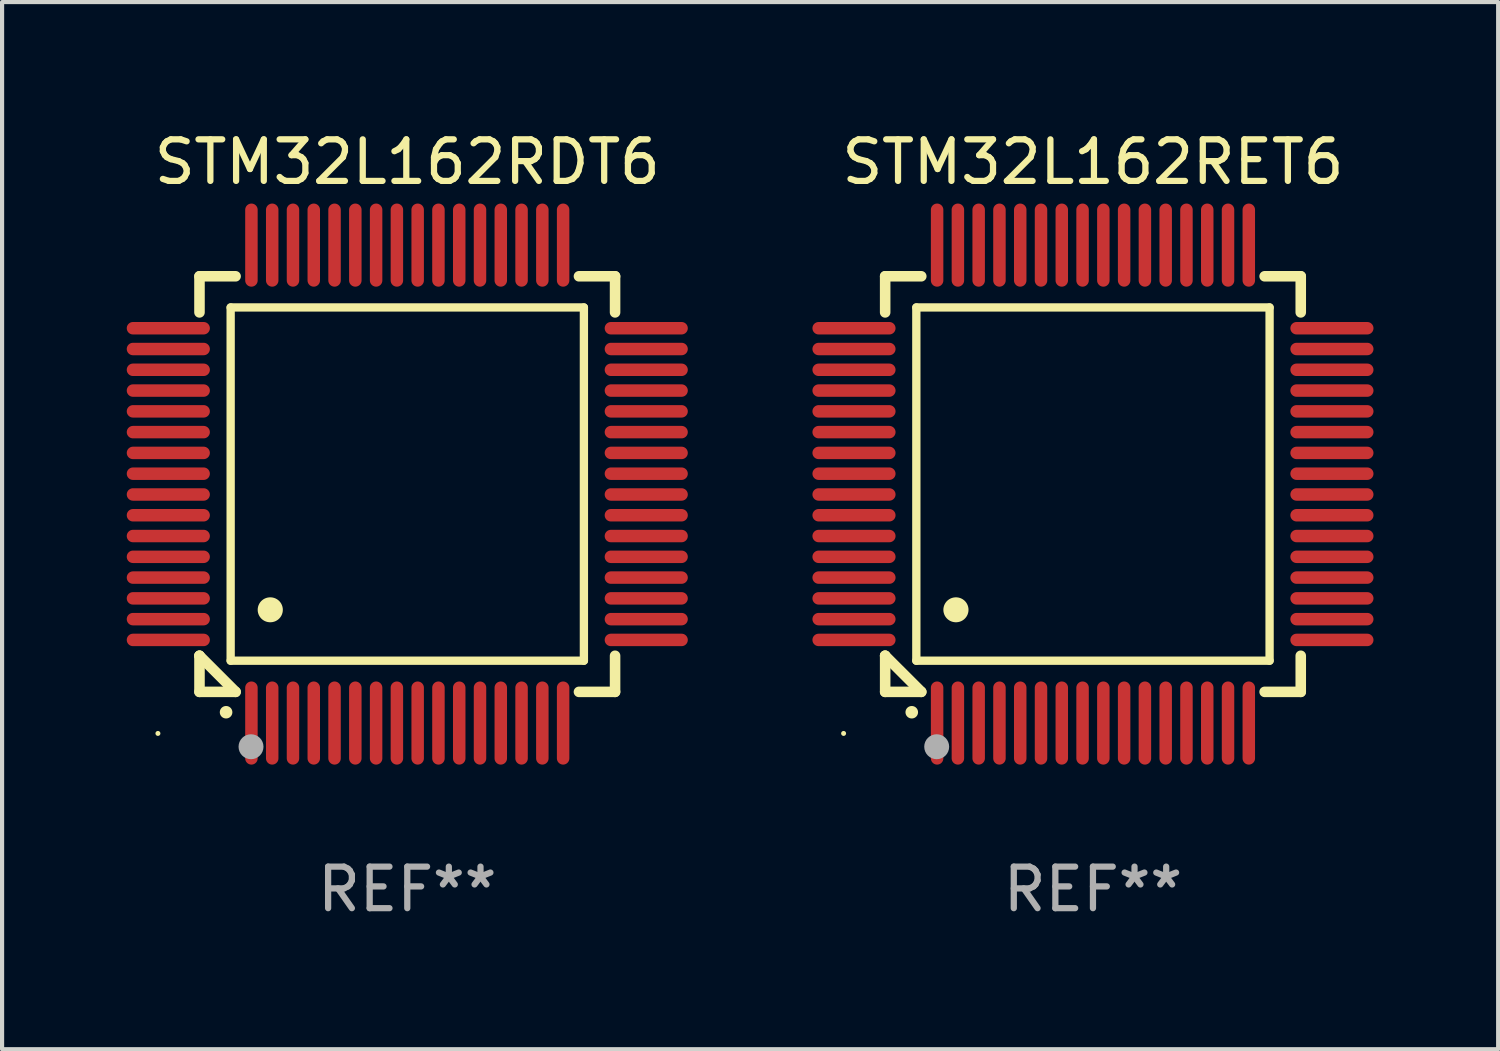
<source format=kicad_pcb>
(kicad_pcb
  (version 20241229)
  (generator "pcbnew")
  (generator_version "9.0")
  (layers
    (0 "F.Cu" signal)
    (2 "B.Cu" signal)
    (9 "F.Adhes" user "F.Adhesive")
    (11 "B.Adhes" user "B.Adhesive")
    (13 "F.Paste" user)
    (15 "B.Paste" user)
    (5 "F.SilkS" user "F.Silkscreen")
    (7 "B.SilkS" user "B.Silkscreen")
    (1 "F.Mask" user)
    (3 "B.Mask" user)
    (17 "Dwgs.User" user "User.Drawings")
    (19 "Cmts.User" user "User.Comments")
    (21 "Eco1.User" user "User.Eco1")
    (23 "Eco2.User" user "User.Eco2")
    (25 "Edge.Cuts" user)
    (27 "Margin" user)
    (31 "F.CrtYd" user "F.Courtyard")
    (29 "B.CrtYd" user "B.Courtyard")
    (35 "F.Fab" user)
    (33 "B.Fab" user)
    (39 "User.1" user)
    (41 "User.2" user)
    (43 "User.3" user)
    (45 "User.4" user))
  (footprint "STM32L162RET6"
    (layer "F.Cu")
    (at 23.249 8.598)
    (property "Reference" "STM32L162RET6" (at 0 -7.75 0) (layer "F.SilkS") (effects (font (size 1 1) (thickness 0.15))))
    (attr through_hole)
    (fp_line (start -5 -5) (end -4.131 -5) (stroke (width 0.254) (type solid)) (layer "F.SilkS"))
    (fp_line (start -5 -4.131) (end -5 -5) (stroke (width 0.254) (type solid)) (layer "F.SilkS"))
    (fp_line (start -5 4.131) (end -5 4.131) (stroke (width 0.254) (type solid)) (layer "F.SilkS"))
    (fp_line (start -5 5) (end -5 4.131) (stroke (width 0.254) (type solid)) (layer "F.SilkS"))
    (fp_line (start -5 4.131) (end -4.131 5) (stroke (width 0.254) (type solid)) (layer "F.SilkS"))
    (fp_line (start -4.25 -4.25) (end -4.25 4.25) (stroke (width 0.2) (type solid)) (layer "F.SilkS"))
    (fp_line (start -4.25 4.25) (end 4.25 4.25) (stroke (width 0.2) (type solid)) (layer "F.SilkS"))
    (fp_line (start -4.131 5) (end -5 5) (stroke (width 0.254) (type solid)) (layer "F.SilkS"))
    (fp_line (start 4.25 -4.25) (end -4.25 -4.25) (stroke (width 0.2) (type solid)) (layer "F.SilkS"))
    (fp_line (start 4.25 4.25) (end 4.25 -4.25) (stroke (width 0.2) (type solid)) (layer "F.SilkS"))
    (fp_line (start 5 -5) (end 4.131 -5) (stroke (width 0.254) (type solid)) (layer "F.SilkS"))
    (fp_line (start 5 -5) (end 5 -4.131) (stroke (width 0.254) (type solid)) (layer "F.SilkS"))
    (fp_line (start 5 4.131) (end 5 5) (stroke (width 0.254) (type solid)) (layer "F.SilkS"))
    (fp_line (start 5 5) (end 4.131 5) (stroke (width 0.254) (type solid)) (layer "F.SilkS"))
    (fp_arc (start -4.361265 5.489992) (mid -4.359995 5.489987) (end -4.358725 5.489992) (stroke (width 0.3) (type solid)) (layer "F.SilkS"))
    (fp_arc (start -3.299467 3.025146) (mid -3.296927 3.025135) (end -3.294387 3.025146) (stroke (width 0.6) (type solid)) (layer "F.SilkS"))
    (fp_circle (center -6 6) (end -5.97 6) (stroke (width 0.06) (type solid)) (fill no) (layer "F.SilkS"))
    (fp_circle (center -3.76 6.32) (end -3.61 6.32) (stroke (width 0.3) (type solid)) (fill no) (layer "F.Fab"))
    (fp_text user "REF**" (at 0 9.75 0) (layer "F.Fab") (effects (font (size 1 1) (thickness 0.15))))
    (pad "1" smd oval (at -3.75 5.75) (size 0.3 2) (layers "F.Cu" "F.Mask" "F.Paste"))
    (pad "2" smd oval (at -3.25 5.75) (size 0.3 2) (layers "F.Cu" "F.Mask" "F.Paste"))
    (pad "3" smd oval (at -2.75 5.75) (size 0.3 2) (layers "F.Cu" "F.Mask" "F.Paste"))
    (pad "4" smd oval (at -2.25 5.75) (size 0.3 2) (layers "F.Cu" "F.Mask" "F.Paste"))
    (pad "5" smd oval (at -1.75 5.75) (size 0.3 2) (layers "F.Cu" "F.Mask" "F.Paste"))
    (pad "6" smd oval (at -1.25 5.75) (size 0.3 2) (layers "F.Cu" "F.Mask" "F.Paste"))
    (pad "7" smd oval (at -0.75 5.75) (size 0.3 2) (layers "F.Cu" "F.Mask" "F.Paste"))
    (pad "8" smd oval (at -0.25 5.75) (size 0.3 2) (layers "F.Cu" "F.Mask" "F.Paste"))
    (pad "9" smd oval (at 0.25 5.75) (size 0.3 2) (layers "F.Cu" "F.Mask" "F.Paste"))
    (pad "10" smd oval (at 0.75 5.75) (size 0.3 2) (layers "F.Cu" "F.Mask" "F.Paste"))
    (pad "11" smd oval (at 1.25 5.75) (size 0.3 2) (layers "F.Cu" "F.Mask" "F.Paste"))
    (pad "12" smd oval (at 1.75 5.75) (size 0.3 2) (layers "F.Cu" "F.Mask" "F.Paste"))
    (pad "13" smd oval (at 2.25 5.75) (size 0.3 2) (layers "F.Cu" "F.Mask" "F.Paste"))
    (pad "14" smd oval (at 2.75 5.75) (size 0.3 2) (layers "F.Cu" "F.Mask" "F.Paste"))
    (pad "15" smd oval (at 3.25 5.75) (size 0.3 2) (layers "F.Cu" "F.Mask" "F.Paste"))
    (pad "16" smd oval (at 3.75 5.75) (size 0.3 2) (layers "F.Cu" "F.Mask" "F.Paste"))
    (pad "17" smd oval (at 5.75 3.75) (size 2 0.3) (layers "F.Cu" "F.Mask" "F.Paste"))
    (pad "18" smd oval (at 5.75 3.25) (size 2 0.3) (layers "F.Cu" "F.Mask" "F.Paste"))
    (pad "19" smd oval (at 5.75 2.75) (size 2 0.3) (layers "F.Cu" "F.Mask" "F.Paste"))
    (pad "20" smd oval (at 5.75 2.25) (size 2 0.3) (layers "F.Cu" "F.Mask" "F.Paste"))
    (pad "21" smd oval (at 5.75 1.75) (size 2 0.3) (layers "F.Cu" "F.Mask" "F.Paste"))
    (pad "22" smd oval (at 5.75 1.25) (size 2 0.3) (layers "F.Cu" "F.Mask" "F.Paste"))
    (pad "23" smd oval (at 5.75 0.75) (size 2 0.3) (layers "F.Cu" "F.Mask" "F.Paste"))
    (pad "24" smd oval (at 5.75 0.25) (size 2 0.3) (layers "F.Cu" "F.Mask" "F.Paste"))
    (pad "25" smd oval (at 5.75 -0.25) (size 2 0.3) (layers "F.Cu" "F.Mask" "F.Paste"))
    (pad "26" smd oval (at 5.75 -0.75) (size 2 0.3) (layers "F.Cu" "F.Mask" "F.Paste"))
    (pad "27" smd oval (at 5.75 -1.25) (size 2 0.3) (layers "F.Cu" "F.Mask" "F.Paste"))
    (pad "28" smd oval (at 5.75 -1.75) (size 2 0.3) (layers "F.Cu" "F.Mask" "F.Paste"))
    (pad "29" smd oval (at 5.75 -2.25) (size 2 0.3) (layers "F.Cu" "F.Mask" "F.Paste"))
    (pad "30" smd oval (at 5.75 -2.75) (size 2 0.3) (layers "F.Cu" "F.Mask" "F.Paste"))
    (pad "31" smd oval (at 5.75 -3.25) (size 2 0.3) (layers "F.Cu" "F.Mask" "F.Paste"))
    (pad "32" smd oval (at 5.75 -3.75) (size 2 0.3) (layers "F.Cu" "F.Mask" "F.Paste"))
    (pad "33" smd oval (at 3.75 -5.75) (size 0.3 2) (layers "F.Cu" "F.Mask" "F.Paste"))
    (pad "34" smd oval (at 3.25 -5.75) (size 0.3 2) (layers "F.Cu" "F.Mask" "F.Paste"))
    (pad "35" smd oval (at 2.75 -5.75) (size 0.3 2) (layers "F.Cu" "F.Mask" "F.Paste"))
    (pad "36" smd oval (at 2.25 -5.75) (size 0.3 2) (layers "F.Cu" "F.Mask" "F.Paste"))
    (pad "37" smd oval (at 1.75 -5.75) (size 0.3 2) (layers "F.Cu" "F.Mask" "F.Paste"))
    (pad "38" smd oval (at 1.25 -5.75) (size 0.3 2) (layers "F.Cu" "F.Mask" "F.Paste"))
    (pad "39" smd oval (at 0.75 -5.75) (size 0.3 2) (layers "F.Cu" "F.Mask" "F.Paste"))
    (pad "40" smd oval (at 0.25 -5.75) (size 0.3 2) (layers "F.Cu" "F.Mask" "F.Paste"))
    (pad "41" smd oval (at -0.25 -5.75) (size 0.3 2) (layers "F.Cu" "F.Mask" "F.Paste"))
    (pad "42" smd oval (at -0.75 -5.75) (size 0.3 2) (layers "F.Cu" "F.Mask" "F.Paste"))
    (pad "43" smd oval (at -1.25 -5.75) (size 0.3 2) (layers "F.Cu" "F.Mask" "F.Paste"))
    (pad "44" smd oval (at -1.75 -5.75) (size 0.3 2) (layers "F.Cu" "F.Mask" "F.Paste"))
    (pad "45" smd oval (at -2.25 -5.75) (size 0.3 2) (layers "F.Cu" "F.Mask" "F.Paste"))
    (pad "46" smd oval (at -2.75 -5.75) (size 0.3 2) (layers "F.Cu" "F.Mask" "F.Paste"))
    (pad "47" smd oval (at -3.25 -5.75) (size 0.3 2) (layers "F.Cu" "F.Mask" "F.Paste"))
    (pad "48" smd oval (at -3.75 -5.75) (size 0.3 2) (layers "F.Cu" "F.Mask" "F.Paste"))
    (pad "49" smd oval (at -5.75 -3.75) (size 2 0.3) (layers "F.Cu" "F.Mask" "F.Paste"))
    (pad "50" smd oval (at -5.75 -3.25) (size 2 0.3) (layers "F.Cu" "F.Mask" "F.Paste"))
    (pad "51" smd oval (at -5.75 -2.75) (size 2 0.3) (layers "F.Cu" "F.Mask" "F.Paste"))
    (pad "52" smd oval (at -5.75 -2.25) (size 2 0.3) (layers "F.Cu" "F.Mask" "F.Paste"))
    (pad "53" smd oval (at -5.75 -1.75) (size 2 0.3) (layers "F.Cu" "F.Mask" "F.Paste"))
    (pad "54" smd oval (at -5.75 -1.25) (size 2 0.3) (layers "F.Cu" "F.Mask" "F.Paste"))
    (pad "55" smd oval (at -5.75 -0.75) (size 2 0.3) (layers "F.Cu" "F.Mask" "F.Paste"))
    (pad "56" smd oval (at -5.75 -0.25) (size 2 0.3) (layers "F.Cu" "F.Mask" "F.Paste"))
    (pad "57" smd oval (at -5.75 0.25) (size 2 0.3) (layers "F.Cu" "F.Mask" "F.Paste"))
    (pad "58" smd oval (at -5.75 0.75) (size 2 0.3) (layers "F.Cu" "F.Mask" "F.Paste"))
    (pad "59" smd oval (at -5.75 1.25) (size 2 0.3) (layers "F.Cu" "F.Mask" "F.Paste"))
    (pad "60" smd oval (at -5.75 1.75) (size 2 0.3) (layers "F.Cu" "F.Mask" "F.Paste"))
    (pad "61" smd oval (at -5.75 2.25) (size 2 0.3) (layers "F.Cu" "F.Mask" "F.Paste"))
    (pad "62" smd oval (at -5.75 2.75) (size 2 0.3) (layers "F.Cu" "F.Mask" "F.Paste"))
    (pad "63" smd oval (at -5.75 3.25) (size 2 0.3) (layers "F.Cu" "F.Mask" "F.Paste"))
    (pad "64" smd oval (at -5.75 3.75) (size 2 0.3) (layers "F.Cu" "F.Mask" "F.Paste")))
  (footprint "STM32L162RDT6"
    (layer "F.Cu")
    (at 6.75 8.598)
    (property "Reference" "STM32L162RDT6" (at 0 -7.75 0) (layer "F.SilkS") (effects (font (size 1 1) (thickness 0.15))))
    (attr through_hole)
    (fp_line (start -5 -5) (end -4.131 -5) (stroke (width 0.254) (type solid)) (layer "F.SilkS"))
    (fp_line (start -5 -4.131) (end -5 -5) (stroke (width 0.254) (type solid)) (layer "F.SilkS"))
    (fp_line (start -5 4.131) (end -5 4.131) (stroke (width 0.254) (type solid)) (layer "F.SilkS"))
    (fp_line (start -5 5) (end -5 4.131) (stroke (width 0.254) (type solid)) (layer "F.SilkS"))
    (fp_line (start -5 4.131) (end -4.131 5) (stroke (width 0.254) (type solid)) (layer "F.SilkS"))
    (fp_line (start -4.25 -4.25) (end -4.25 4.25) (stroke (width 0.2) (type solid)) (layer "F.SilkS"))
    (fp_line (start -4.25 4.25) (end 4.25 4.25) (stroke (width 0.2) (type solid)) (layer "F.SilkS"))
    (fp_line (start -4.131 5) (end -5 5) (stroke (width 0.254) (type solid)) (layer "F.SilkS"))
    (fp_line (start 4.25 -4.25) (end -4.25 -4.25) (stroke (width 0.2) (type solid)) (layer "F.SilkS"))
    (fp_line (start 4.25 4.25) (end 4.25 -4.25) (stroke (width 0.2) (type solid)) (layer "F.SilkS"))
    (fp_line (start 5 -5) (end 4.131 -5) (stroke (width 0.254) (type solid)) (layer "F.SilkS"))
    (fp_line (start 5 -5) (end 5 -4.131) (stroke (width 0.254) (type solid)) (layer "F.SilkS"))
    (fp_line (start 5 4.131) (end 5 5) (stroke (width 0.254) (type solid)) (layer "F.SilkS"))
    (fp_line (start 5 5) (end 4.131 5) (stroke (width 0.254) (type solid)) (layer "F.SilkS"))
    (fp_arc (start -4.361265 5.489992) (mid -4.359995 5.489987) (end -4.358725 5.489992) (stroke (width 0.3) (type solid)) (layer "F.SilkS"))
    (fp_arc (start -3.299467 3.025146) (mid -3.296927 3.025135) (end -3.294387 3.025146) (stroke (width 0.6) (type solid)) (layer "F.SilkS"))
    (fp_circle (center -6 6) (end -5.97 6) (stroke (width 0.06) (type solid)) (fill no) (layer "F.SilkS"))
    (fp_circle (center -3.76 6.32) (end -3.61 6.32) (stroke (width 0.3) (type solid)) (fill no) (layer "F.Fab"))
    (fp_text user "REF**" (at 0 9.75 0) (layer "F.Fab") (effects (font (size 1 1) (thickness 0.15))))
    (pad "1" smd oval (at -3.75 5.75) (size 0.3 2) (layers "F.Cu" "F.Mask" "F.Paste"))
    (pad "2" smd oval (at -3.25 5.75) (size 0.3 2) (layers "F.Cu" "F.Mask" "F.Paste"))
    (pad "3" smd oval (at -2.75 5.75) (size 0.3 2) (layers "F.Cu" "F.Mask" "F.Paste"))
    (pad "4" smd oval (at -2.25 5.75) (size 0.3 2) (layers "F.Cu" "F.Mask" "F.Paste"))
    (pad "5" smd oval (at -1.75 5.75) (size 0.3 2) (layers "F.Cu" "F.Mask" "F.Paste"))
    (pad "6" smd oval (at -1.25 5.75) (size 0.3 2) (layers "F.Cu" "F.Mask" "F.Paste"))
    (pad "7" smd oval (at -0.75 5.75) (size 0.3 2) (layers "F.Cu" "F.Mask" "F.Paste"))
    (pad "8" smd oval (at -0.25 5.75) (size 0.3 2) (layers "F.Cu" "F.Mask" "F.Paste"))
    (pad "9" smd oval (at 0.25 5.75) (size 0.3 2) (layers "F.Cu" "F.Mask" "F.Paste"))
    (pad "10" smd oval (at 0.75 5.75) (size 0.3 2) (layers "F.Cu" "F.Mask" "F.Paste"))
    (pad "11" smd oval (at 1.25 5.75) (size 0.3 2) (layers "F.Cu" "F.Mask" "F.Paste"))
    (pad "12" smd oval (at 1.75 5.75) (size 0.3 2) (layers "F.Cu" "F.Mask" "F.Paste"))
    (pad "13" smd oval (at 2.25 5.75) (size 0.3 2) (layers "F.Cu" "F.Mask" "F.Paste"))
    (pad "14" smd oval (at 2.75 5.75) (size 0.3 2) (layers "F.Cu" "F.Mask" "F.Paste"))
    (pad "15" smd oval (at 3.25 5.75) (size 0.3 2) (layers "F.Cu" "F.Mask" "F.Paste"))
    (pad "16" smd oval (at 3.75 5.75) (size 0.3 2) (layers "F.Cu" "F.Mask" "F.Paste"))
    (pad "17" smd oval (at 5.75 3.75) (size 2 0.3) (layers "F.Cu" "F.Mask" "F.Paste"))
    (pad "18" smd oval (at 5.75 3.25) (size 2 0.3) (layers "F.Cu" "F.Mask" "F.Paste"))
    (pad "19" smd oval (at 5.75 2.75) (size 2 0.3) (layers "F.Cu" "F.Mask" "F.Paste"))
    (pad "20" smd oval (at 5.75 2.25) (size 2 0.3) (layers "F.Cu" "F.Mask" "F.Paste"))
    (pad "21" smd oval (at 5.75 1.75) (size 2 0.3) (layers "F.Cu" "F.Mask" "F.Paste"))
    (pad "22" smd oval (at 5.75 1.25) (size 2 0.3) (layers "F.Cu" "F.Mask" "F.Paste"))
    (pad "23" smd oval (at 5.75 0.75) (size 2 0.3) (layers "F.Cu" "F.Mask" "F.Paste"))
    (pad "24" smd oval (at 5.75 0.25) (size 2 0.3) (layers "F.Cu" "F.Mask" "F.Paste"))
    (pad "25" smd oval (at 5.75 -0.25) (size 2 0.3) (layers "F.Cu" "F.Mask" "F.Paste"))
    (pad "26" smd oval (at 5.75 -0.75) (size 2 0.3) (layers "F.Cu" "F.Mask" "F.Paste"))
    (pad "27" smd oval (at 5.75 -1.25) (size 2 0.3) (layers "F.Cu" "F.Mask" "F.Paste"))
    (pad "28" smd oval (at 5.75 -1.75) (size 2 0.3) (layers "F.Cu" "F.Mask" "F.Paste"))
    (pad "29" smd oval (at 5.75 -2.25) (size 2 0.3) (layers "F.Cu" "F.Mask" "F.Paste"))
    (pad "30" smd oval (at 5.75 -2.75) (size 2 0.3) (layers "F.Cu" "F.Mask" "F.Paste"))
    (pad "31" smd oval (at 5.75 -3.25) (size 2 0.3) (layers "F.Cu" "F.Mask" "F.Paste"))
    (pad "32" smd oval (at 5.75 -3.75) (size 2 0.3) (layers "F.Cu" "F.Mask" "F.Paste"))
    (pad "33" smd oval (at 3.75 -5.75) (size 0.3 2) (layers "F.Cu" "F.Mask" "F.Paste"))
    (pad "34" smd oval (at 3.25 -5.75) (size 0.3 2) (layers "F.Cu" "F.Mask" "F.Paste"))
    (pad "35" smd oval (at 2.75 -5.75) (size 0.3 2) (layers "F.Cu" "F.Mask" "F.Paste"))
    (pad "36" smd oval (at 2.25 -5.75) (size 0.3 2) (layers "F.Cu" "F.Mask" "F.Paste"))
    (pad "37" smd oval (at 1.75 -5.75) (size 0.3 2) (layers "F.Cu" "F.Mask" "F.Paste"))
    (pad "38" smd oval (at 1.25 -5.75) (size 0.3 2) (layers "F.Cu" "F.Mask" "F.Paste"))
    (pad "39" smd oval (at 0.75 -5.75) (size 0.3 2) (layers "F.Cu" "F.Mask" "F.Paste"))
    (pad "40" smd oval (at 0.25 -5.75) (size 0.3 2) (layers "F.Cu" "F.Mask" "F.Paste"))
    (pad "41" smd oval (at -0.25 -5.75) (size 0.3 2) (layers "F.Cu" "F.Mask" "F.Paste"))
    (pad "42" smd oval (at -0.75 -5.75) (size 0.3 2) (layers "F.Cu" "F.Mask" "F.Paste"))
    (pad "43" smd oval (at -1.25 -5.75) (size 0.3 2) (layers "F.Cu" "F.Mask" "F.Paste"))
    (pad "44" smd oval (at -1.75 -5.75) (size 0.3 2) (layers "F.Cu" "F.Mask" "F.Paste"))
    (pad "45" smd oval (at -2.25 -5.75) (size 0.3 2) (layers "F.Cu" "F.Mask" "F.Paste"))
    (pad "46" smd oval (at -2.75 -5.75) (size 0.3 2) (layers "F.Cu" "F.Mask" "F.Paste"))
    (pad "47" smd oval (at -3.25 -5.75) (size 0.3 2) (layers "F.Cu" "F.Mask" "F.Paste"))
    (pad "48" smd oval (at -3.75 -5.75) (size 0.3 2) (layers "F.Cu" "F.Mask" "F.Paste"))
    (pad "49" smd oval (at -5.75 -3.75) (size 2 0.3) (layers "F.Cu" "F.Mask" "F.Paste"))
    (pad "50" smd oval (at -5.75 -3.25) (size 2 0.3) (layers "F.Cu" "F.Mask" "F.Paste"))
    (pad "51" smd oval (at -5.75 -2.75) (size 2 0.3) (layers "F.Cu" "F.Mask" "F.Paste"))
    (pad "52" smd oval (at -5.75 -2.25) (size 2 0.3) (layers "F.Cu" "F.Mask" "F.Paste"))
    (pad "53" smd oval (at -5.75 -1.75) (size 2 0.3) (layers "F.Cu" "F.Mask" "F.Paste"))
    (pad "54" smd oval (at -5.75 -1.25) (size 2 0.3) (layers "F.Cu" "F.Mask" "F.Paste"))
    (pad "55" smd oval (at -5.75 -0.75) (size 2 0.3) (layers "F.Cu" "F.Mask" "F.Paste"))
    (pad "56" smd oval (at -5.75 -0.25) (size 2 0.3) (layers "F.Cu" "F.Mask" "F.Paste"))
    (pad "57" smd oval (at -5.75 0.25) (size 2 0.3) (layers "F.Cu" "F.Mask" "F.Paste"))
    (pad "58" smd oval (at -5.75 0.75) (size 2 0.3) (layers "F.Cu" "F.Mask" "F.Paste"))
    (pad "59" smd oval (at -5.75 1.25) (size 2 0.3) (layers "F.Cu" "F.Mask" "F.Paste"))
    (pad "60" smd oval (at -5.75 1.75) (size 2 0.3) (layers "F.Cu" "F.Mask" "F.Paste"))
    (pad "61" smd oval (at -5.75 2.25) (size 2 0.3) (layers "F.Cu" "F.Mask" "F.Paste"))
    (pad "62" smd oval (at -5.75 2.75) (size 2 0.3) (layers "F.Cu" "F.Mask" "F.Paste"))
    (pad "63" smd oval (at -5.75 3.25) (size 2 0.3) (layers "F.Cu" "F.Mask" "F.Paste"))
    (pad "64" smd oval (at -5.75 3.75) (size 2 0.3) (layers "F.Cu" "F.Mask" "F.Paste")))
  (gr_rect
    (start -3 -3)
    (end 32.999 22.196)
    (stroke (width 0.1) (type default))
    (fill no)
    (layer "Edge.Cuts")))
</source>
